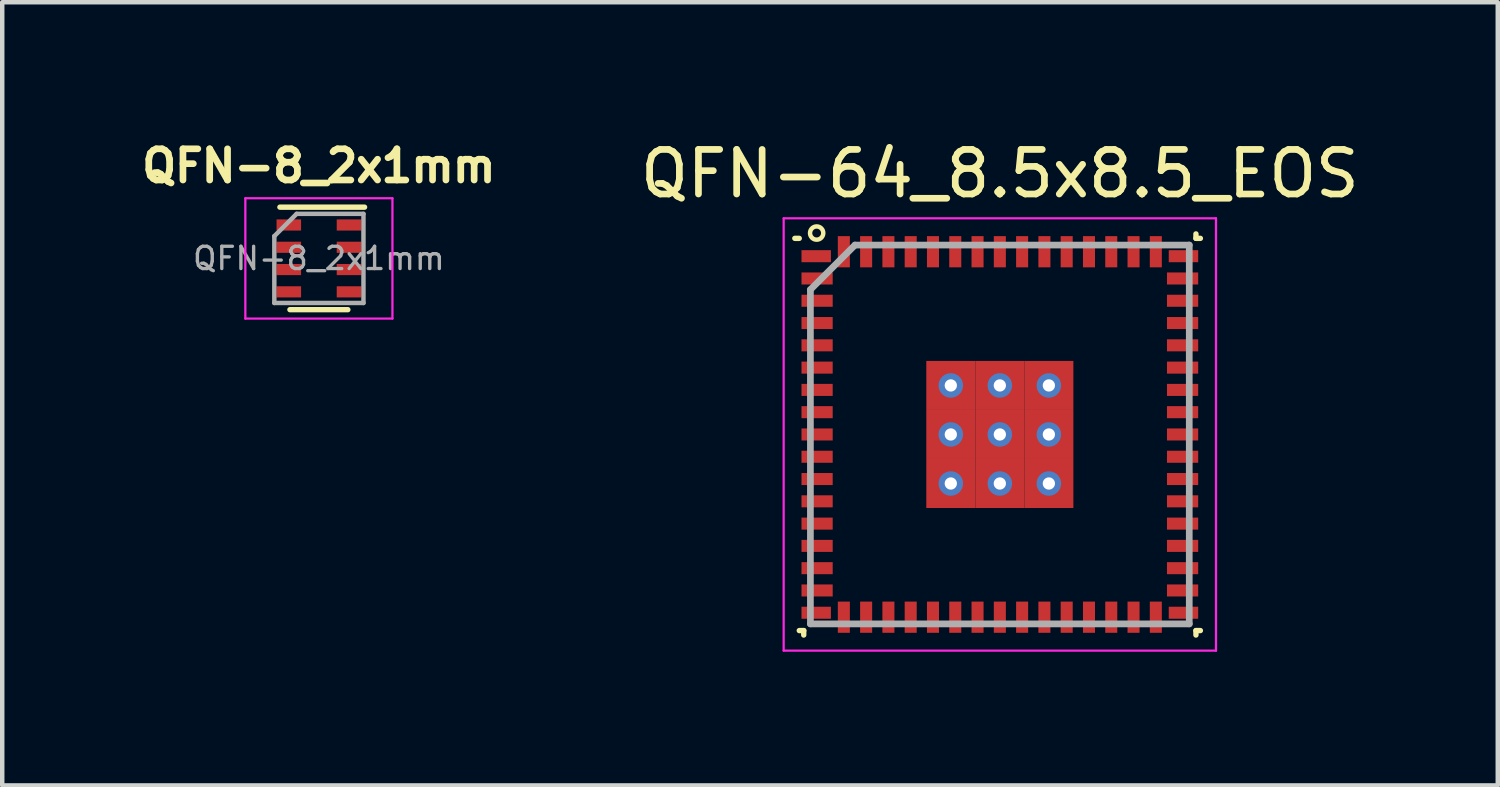
<source format=kicad_pcb>
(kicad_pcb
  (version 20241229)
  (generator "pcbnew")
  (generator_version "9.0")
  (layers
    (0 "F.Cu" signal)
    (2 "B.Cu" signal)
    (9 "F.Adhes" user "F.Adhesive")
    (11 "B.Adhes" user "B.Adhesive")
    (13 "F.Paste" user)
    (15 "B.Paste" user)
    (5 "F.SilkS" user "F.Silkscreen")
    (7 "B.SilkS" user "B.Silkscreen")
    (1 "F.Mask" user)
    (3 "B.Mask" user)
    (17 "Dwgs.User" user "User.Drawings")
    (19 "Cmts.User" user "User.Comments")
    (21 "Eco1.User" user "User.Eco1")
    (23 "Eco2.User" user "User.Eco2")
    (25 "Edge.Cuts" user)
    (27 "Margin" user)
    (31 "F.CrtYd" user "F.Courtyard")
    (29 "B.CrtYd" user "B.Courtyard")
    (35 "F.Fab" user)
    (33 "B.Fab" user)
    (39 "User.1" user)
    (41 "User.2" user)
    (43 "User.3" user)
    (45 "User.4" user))
  (footprint "QFN-8_2x1mm"
    (layer "F.Cu")
    (at 4.105 2.748)
    (property "Reference" "QFN-8_2x1mm" (at 0 -2.075 0) (layer "F.SilkS") (effects (font (size 0.7 0.7) (thickness 0.15))))
    (attr smd)
    (fp_line (start -0.875 -1.15) (end 1.025 -1.15) (stroke (width 0.12) (type solid)) (layer "F.SilkS"))
    (fp_line (start -0.65 1.15) (end 0.65 1.15) (stroke (width 0.12) (type solid)) (layer "F.SilkS"))
    (fp_line (start -1.65 -1.35) (end -1.65 1.35) (stroke (width 0.05) (type solid)) (layer "F.CrtYd"))
    (fp_line (start -1.65 -1.35) (end 1.65 -1.35) (stroke (width 0.05) (type solid)) (layer "F.CrtYd"))
    (fp_line (start -1.65 1.35) (end 1.65 1.35) (stroke (width 0.05) (type solid)) (layer "F.CrtYd"))
    (fp_line (start 1.65 -1.35) (end 1.65 1.35) (stroke (width 0.05) (type solid)) (layer "F.CrtYd"))
    (fp_line (start -1 -0.5) (end -0.5 -1) (stroke (width 0.1) (type solid)) (layer "F.Fab"))
    (fp_line (start -1 1) (end -1 -0.5) (stroke (width 0.1) (type solid)) (layer "F.Fab"))
    (fp_line (start -0.5 -1) (end 1 -1) (stroke (width 0.1) (type solid)) (layer "F.Fab"))
    (fp_line (start 1 -1) (end 1 1) (stroke (width 0.1) (type solid)) (layer "F.Fab"))
    (fp_line (start 1 1) (end -1 1) (stroke (width 0.1) (type solid)) (layer "F.Fab"))
    (fp_text user "${REFERENCE}" (at 0 0 0) (layer "F.Fab") (effects (font (size 0.5 0.5) (thickness 0.075))))
    (pad "1" smd rect (at -0.675 -0.75) (size 0.55 0.25) (layers "F.Cu" "F.Mask" "F.Paste"))
    (pad "2" smd rect (at -0.675 -0.25) (size 0.55 0.25) (layers "F.Cu" "F.Mask" "F.Paste"))
    (pad "3" smd rect (at -0.675 0.25) (size 0.55 0.25) (layers "F.Cu" "F.Mask" "F.Paste"))
    (pad "4" smd rect (at -0.675 0.75) (size 0.55 0.25) (layers "F.Cu" "F.Mask" "F.Paste"))
    (pad "5" smd rect (at 0.675 0.75) (size 0.55 0.25) (layers "F.Cu" "F.Mask" "F.Paste"))
    (pad "6" smd rect (at 0.675 0.25) (size 0.55 0.25) (layers "F.Cu" "F.Mask" "F.Paste"))
    (pad "7" smd rect (at 0.675 -0.25) (size 0.55 0.25) (layers "F.Cu" "F.Mask" "F.Paste"))
    (pad "8" smd rect (at 0.675 -0.75) (size 0.55 0.25) (layers "F.Cu" "F.Mask" "F.Paste")))
  (footprint "QFN-64_8.5x8.5_EOS"
    (layer "F.Cu")
    (at 19.383 6.698)
    (property "Reference" "QFN-64_8.5x8.5_EOS" (at 0 -5.85 0) (layer "F.SilkS") (effects (font (size 1 1) (thickness 0.15))))
    (attr smd)
    (fp_line (start -4.5 -4.4) (end -4.6 -4.4) (stroke (width 0.12) (type solid)) (layer "F.SilkS"))
    (fp_line (start -4.5 4.4) (end -4.4 4.4) (stroke (width 0.12) (type solid)) (layer "F.SilkS"))
    (fp_line (start -4.4 4.4) (end -4.4 4.5) (stroke (width 0.12) (type solid)) (layer "F.SilkS"))
    (fp_line (start 4.4 -4.4) (end 4.4 -4.5) (stroke (width 0.12) (type solid)) (layer "F.SilkS"))
    (fp_line (start 4.4 4.4) (end 4.4 4.5) (stroke (width 0.12) (type solid)) (layer "F.SilkS"))
    (fp_line (start 4.5 -4.4) (end 4.4 -4.4) (stroke (width 0.12) (type solid)) (layer "F.SilkS"))
    (fp_line (start 4.5 4.4) (end 4.4 4.4) (stroke (width 0.12) (type solid)) (layer "F.SilkS"))
    (fp_circle (center -4.11 -4.519) (end -4.01 -4.409) (stroke (width 0.1) (type solid)) (fill no) (layer "F.SilkS"))
    (fp_line (start -4.85 -4.85) (end 4.85 -4.85) (stroke (width 0.05) (type solid)) (layer "F.CrtYd"))
    (fp_line (start -4.85 4.85) (end -4.85 -4.85) (stroke (width 0.05) (type solid)) (layer "F.CrtYd"))
    (fp_line (start 4.85 -4.85) (end 4.85 4.85) (stroke (width 0.05) (type solid)) (layer "F.CrtYd"))
    (fp_line (start 4.85 4.85) (end -4.85 4.85) (stroke (width 0.05) (type solid)) (layer "F.CrtYd"))
    (fp_line (start -4.25 -3.25) (end -4.25 4.25) (stroke (width 0.15) (type solid)) (layer "F.Fab"))
    (fp_line (start -4.25 4.25) (end 4.25 4.25) (stroke (width 0.15) (type solid)) (layer "F.Fab"))
    (fp_line (start -3.25 -4.25) (end -4.25 -3.25) (stroke (width 0.15) (type solid)) (layer "F.Fab"))
    (fp_line (start 4.25 -4.25) (end -3.25 -4.25) (stroke (width 0.15) (type solid)) (layer "F.Fab"))
    (fp_line (start 4.25 4.25) (end 4.25 -4.25) (stroke (width 0.15) (type solid)) (layer "F.Fab"))
    (pad "1" smd rect (at -4.12 -4 90) (size 0.27 0.66) (layers "F.Cu" "F.Mask" "F.Paste"))
    (pad "2" smd rect (at -4.1 -3.5 90) (size 0.27 0.7) (layers "F.Cu" "F.Mask" "F.Paste"))
    (pad "3" smd rect (at -4.1 -3 90) (size 0.27 0.7) (layers "F.Cu" "F.Mask" "F.Paste"))
    (pad "4" smd rect (at -4.1 -2.5 90) (size 0.27 0.7) (layers "F.Cu" "F.Mask" "F.Paste"))
    (pad "5" smd rect (at -4.1 -2 90) (size 0.27 0.7) (layers "F.Cu" "F.Mask" "F.Paste"))
    (pad "6" smd rect (at -4.1 -1.5 90) (size 0.27 0.7) (layers "F.Cu" "F.Mask" "F.Paste"))
    (pad "7" smd rect (at -4.1 -1 90) (size 0.27 0.7) (layers "F.Cu" "F.Mask" "F.Paste"))
    (pad "8" smd rect (at -4.1 -0.5 90) (size 0.27 0.7) (layers "F.Cu" "F.Mask" "F.Paste"))
    (pad "9" smd rect (at -4.1 0 90) (size 0.27 0.7) (layers "F.Cu" "F.Mask" "F.Paste"))
    (pad "10" smd rect (at -4.1 0.5 90) (size 0.27 0.7) (layers "F.Cu" "F.Mask" "F.Paste"))
    (pad "11" smd rect (at -4.1 1 90) (size 0.27 0.7) (layers "F.Cu" "F.Mask" "F.Paste"))
    (pad "12" smd rect (at -4.1 1.5 90) (size 0.27 0.7) (layers "F.Cu" "F.Mask" "F.Paste"))
    (pad "13" smd rect (at -4.1 2 90) (size 0.27 0.7) (layers "F.Cu" "F.Mask" "F.Paste"))
    (pad "14" smd rect (at -4.1 2.5 90) (size 0.27 0.7) (layers "F.Cu" "F.Mask" "F.Paste"))
    (pad "15" smd rect (at -4.1 3 90) (size 0.27 0.7) (layers "F.Cu" "F.Mask" "F.Paste"))
    (pad "16" smd rect (at -4.1 3.5 90) (size 0.27 0.7) (layers "F.Cu" "F.Mask" "F.Paste"))
    (pad "17" smd rect (at -4.12 4 90) (size 0.27 0.66) (layers "F.Cu" "F.Mask" "F.Paste"))
    (pad "18" smd rect (at -3.5 4.1) (size 0.27 0.7) (layers "F.Cu" "F.Mask" "F.Paste"))
    (pad "19" smd rect (at -3 4.1) (size 0.27 0.7) (layers "F.Cu" "F.Mask" "F.Paste"))
    (pad "20" smd rect (at -2.5 4.1) (size 0.27 0.7) (layers "F.Cu" "F.Mask" "F.Paste"))
    (pad "21" smd rect (at -2 4.1) (size 0.27 0.7) (layers "F.Cu" "F.Mask" "F.Paste"))
    (pad "22" smd rect (at -1.5 4.1) (size 0.27 0.7) (layers "F.Cu" "F.Mask" "F.Paste"))
    (pad "23" smd rect (at -1 4.1) (size 0.27 0.7) (layers "F.Cu" "F.Mask" "F.Paste"))
    (pad "24" smd rect (at -0.5 4.1) (size 0.27 0.7) (layers "F.Cu" "F.Mask" "F.Paste"))
    (pad "25" smd rect (at 0 4.1) (size 0.27 0.7) (layers "F.Cu" "F.Mask" "F.Paste"))
    (pad "26" smd rect (at 0.5 4.1) (size 0.27 0.7) (layers "F.Cu" "F.Mask" "F.Paste"))
    (pad "27" smd rect (at 1 4.1) (size 0.27 0.7) (layers "F.Cu" "F.Mask" "F.Paste"))
    (pad "28" smd rect (at 1.5 4.1) (size 0.27 0.7) (layers "F.Cu" "F.Mask" "F.Paste"))
    (pad "29" smd rect (at 2 4.1) (size 0.27 0.7) (layers "F.Cu" "F.Mask" "F.Paste"))
    (pad "30" smd rect (at 2.5 4.1) (size 0.27 0.7) (layers "F.Cu" "F.Mask" "F.Paste"))
    (pad "31" smd rect (at 3 4.1) (size 0.27 0.7) (layers "F.Cu" "F.Mask" "F.Paste"))
    (pad "32" smd rect (at 3.5 4.1) (size 0.27 0.7) (layers "F.Cu" "F.Mask" "F.Paste"))
    (pad "33" smd rect (at 4.12 4 90) (size 0.27 0.66) (layers "F.Cu" "F.Mask" "F.Paste"))
    (pad "34" smd rect (at 4.1 3.5 90) (size 0.27 0.7) (layers "F.Cu" "F.Mask" "F.Paste"))
    (pad "35" smd rect (at 4.1 3 90) (size 0.27 0.7) (layers "F.Cu" "F.Mask" "F.Paste"))
    (pad "36" smd rect (at 4.1 2.5 90) (size 0.27 0.7) (layers "F.Cu" "F.Mask" "F.Paste"))
    (pad "37" smd rect (at 4.1 2 90) (size 0.27 0.7) (layers "F.Cu" "F.Mask" "F.Paste"))
    (pad "38" smd rect (at 4.1 1.5 90) (size 0.27 0.7) (layers "F.Cu" "F.Mask" "F.Paste"))
    (pad "39" smd rect (at 4.1 1 90) (size 0.27 0.7) (layers "F.Cu" "F.Mask" "F.Paste"))
    (pad "40" smd rect (at 4.1 0.5 90) (size 0.27 0.7) (layers "F.Cu" "F.Mask" "F.Paste"))
    (pad "41" smd rect (at 4.1 0 90) (size 0.27 0.7) (layers "F.Cu" "F.Mask" "F.Paste"))
    (pad "42" smd rect (at 4.1 -0.5 90) (size 0.27 0.7) (layers "F.Cu" "F.Mask" "F.Paste"))
    (pad "43" smd rect (at 4.1 -1 90) (size 0.27 0.7) (layers "F.Cu" "F.Mask" "F.Paste"))
    (pad "44" smd rect (at 4.1 -1.5 90) (size 0.27 0.7) (layers "F.Cu" "F.Mask" "F.Paste"))
    (pad "45" smd rect (at 4.1 -2 90) (size 0.27 0.7) (layers "F.Cu" "F.Mask" "F.Paste"))
    (pad "46" smd rect (at 4.1 -2.5 90) (size 0.27 0.7) (layers "F.Cu" "F.Mask" "F.Paste"))
    (pad "47" smd rect (at 4.1 -3 90) (size 0.27 0.7) (layers "F.Cu" "F.Mask" "F.Paste"))
    (pad "48" smd rect (at 4.1 -3.5 90) (size 0.27 0.7) (layers "F.Cu" "F.Mask" "F.Paste"))
    (pad "49" smd rect (at 4.12 -4 90) (size 0.27 0.66) (layers "F.Cu" "F.Mask" "F.Paste"))
    (pad "50" smd rect (at 3.5 -4.1) (size 0.27 0.7) (layers "F.Cu" "F.Mask" "F.Paste"))
    (pad "51" smd rect (at 3 -4.1) (size 0.27 0.7) (layers "F.Cu" "F.Mask" "F.Paste"))
    (pad "52" smd rect (at 2.5 -4.1) (size 0.27 0.7) (layers "F.Cu" "F.Mask" "F.Paste"))
    (pad "53" smd rect (at 2 -4.1) (size 0.27 0.7) (layers "F.Cu" "F.Mask" "F.Paste"))
    (pad "54" smd rect (at 1.5 -4.1) (size 0.27 0.7) (layers "F.Cu" "F.Mask" "F.Paste"))
    (pad "55" smd rect (at 1 -4.1) (size 0.27 0.7) (layers "F.Cu" "F.Mask" "F.Paste"))
    (pad "56" smd rect (at 0.5 -4.1) (size 0.27 0.7) (layers "F.Cu" "F.Mask" "F.Paste"))
    (pad "57" smd rect (at 0 -4.1) (size 0.27 0.7) (layers "F.Cu" "F.Mask" "F.Paste"))
    (pad "58" smd rect (at -0.5 -4.1) (size 0.27 0.7) (layers "F.Cu" "F.Mask" "F.Paste"))
    (pad "59" smd rect (at -1 -4.1) (size 0.27 0.7) (layers "F.Cu" "F.Mask" "F.Paste"))
    (pad "60" smd rect (at -1.5 -4.1) (size 0.27 0.7) (layers "F.Cu" "F.Mask" "F.Paste"))
    (pad "61" smd rect (at -2 -4.1) (size 0.27 0.7) (layers "F.Cu" "F.Mask" "F.Paste"))
    (pad "62" smd rect (at -2.5 -4.1) (size 0.27 0.7) (layers "F.Cu" "F.Mask" "F.Paste"))
    (pad "63" smd rect (at -3 -4.1) (size 0.27 0.7) (layers "F.Cu" "F.Mask" "F.Paste"))
    (pad "64" smd rect (at -3.5 -4.1) (size 0.27 0.7) (layers "F.Cu" "F.Mask" "F.Paste"))
    (pad "65" thru_hole circle (at -1.1 -1.1) (size 0.55 0.55) (drill 0.275) (layers "*.Cu" "*.Mask"))
    (pad "65" smd rect (at -1.1 -1.1) (size 1.1 1.1) (layers "F.Cu" "F.Mask" "F.Paste"))
    (pad "65" thru_hole circle (at -1.1 0) (size 0.55 0.55) (drill 0.275) (layers "*.Cu" "*.Mask"))
    (pad "65" smd rect (at -1.1 0) (size 1.1 1.1) (layers "F.Cu" "F.Mask" "F.Paste"))
    (pad "65" thru_hole circle (at -1.1 1.1) (size 0.55 0.55) (drill 0.275) (layers "*.Cu" "*.Mask"))
    (pad "65" smd rect (at -1.1 1.1) (size 1.1 1.1) (layers "F.Cu" "F.Mask" "F.Paste"))
    (pad "65" thru_hole circle (at 0 -1.1) (size 0.55 0.55) (drill 0.275) (layers "*.Cu" "*.Mask"))
    (pad "65" smd rect (at 0 -1.1) (size 1.1 1.1) (layers "F.Cu" "F.Mask" "F.Paste"))
    (pad "65" thru_hole circle (at 0 0) (size 0.55 0.55) (drill 0.275) (layers "*.Cu" "*.Mask"))
    (pad "65" smd rect (at 0 0) (size 1.1 1.1) (layers "F.Cu" "F.Mask" "F.Paste"))
    (pad "65" thru_hole circle (at 0 1.1) (size 0.55 0.55) (drill 0.275) (layers "*.Cu" "*.Mask"))
    (pad "65" smd rect (at 0 1.1) (size 1.1 1.1) (layers "F.Cu" "F.Mask" "F.Paste"))
    (pad "65" thru_hole circle (at 1.1 -1.1) (size 0.55 0.55) (drill 0.275) (layers "*.Cu" "*.Mask"))
    (pad "65" smd rect (at 1.1 -1.1) (size 1.1 1.1) (layers "F.Cu" "F.Mask" "F.Paste"))
    (pad "65" thru_hole circle (at 1.1 0) (size 0.55 0.55) (drill 0.275) (layers "*.Cu" "*.Mask"))
    (pad "65" smd rect (at 1.1 0) (size 1.1 1.1) (layers "F.Cu" "F.Mask" "F.Paste"))
    (pad "65" thru_hole circle (at 1.1 1.1) (size 0.55 0.55) (drill 0.275) (layers "*.Cu" "*.Mask"))
    (pad "65" smd rect (at 1.1 1.1) (size 1.1 1.1) (layers "F.Cu" "F.Mask" "F.Paste")))
  (gr_rect
    (start -3 -3)
    (end 30.555 14.573)
    (stroke (width 0.1) (type default))
    (fill no)
    (layer "Edge.Cuts")))
</source>
